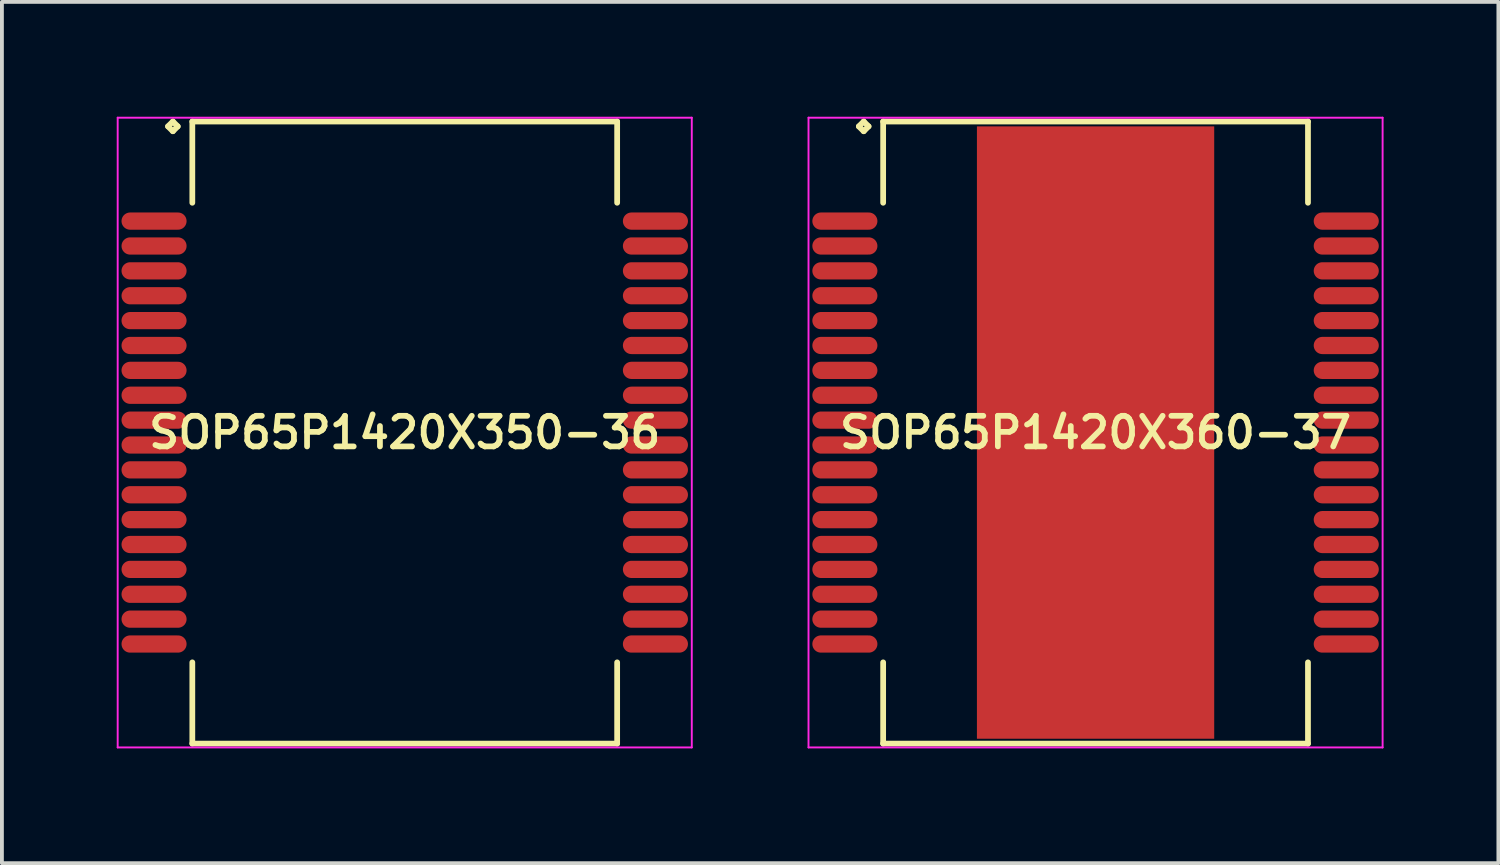
<source format=kicad_pcb>
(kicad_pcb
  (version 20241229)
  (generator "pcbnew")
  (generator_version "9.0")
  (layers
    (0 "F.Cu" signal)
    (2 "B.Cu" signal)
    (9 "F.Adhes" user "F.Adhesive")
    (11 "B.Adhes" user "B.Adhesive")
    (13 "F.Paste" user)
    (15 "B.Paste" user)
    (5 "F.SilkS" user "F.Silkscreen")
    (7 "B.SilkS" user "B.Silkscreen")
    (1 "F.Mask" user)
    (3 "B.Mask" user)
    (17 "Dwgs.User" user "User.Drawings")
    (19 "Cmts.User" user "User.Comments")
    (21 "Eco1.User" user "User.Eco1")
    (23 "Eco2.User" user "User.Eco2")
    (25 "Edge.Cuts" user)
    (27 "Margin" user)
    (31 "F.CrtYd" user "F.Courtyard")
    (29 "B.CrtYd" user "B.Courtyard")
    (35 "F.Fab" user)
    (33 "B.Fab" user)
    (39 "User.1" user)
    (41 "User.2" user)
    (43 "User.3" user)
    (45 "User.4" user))
  (footprint "SOP65P1420X350-36"
    (layer "F.Cu")
    (at 7.525 8.252)
    (property "Reference" "SOP65P1420X350-36" (at 0 0 0) (layer "F.SilkS") (effects (font (size 0.8 0.8) (thickness 0.15))))
    (attr smd)
    (fp_line (start -6.185 -8) (end -6.058 -8.127) (stroke (width 0.15) (type solid)) (layer "F.SilkS"))
    (fp_line (start -6.058 -8.127) (end -5.931 -8) (stroke (width 0.15) (type solid)) (layer "F.SilkS"))
    (fp_line (start -6.058 -7.873) (end -6.185 -8) (stroke (width 0.15) (type solid)) (layer "F.SilkS"))
    (fp_line (start -5.931 -8) (end -6.058 -7.873) (stroke (width 0.15) (type solid)) (layer "F.SilkS"))
    (fp_line (start -5.55 -8.127) (end 5.55 -8.127) (stroke (width 0.15) (type solid)) (layer "F.SilkS"))
    (fp_line (start -5.55 -6.004) (end -5.55 -8.127) (stroke (width 0.15) (type solid)) (layer "F.SilkS"))
    (fp_line (start -5.55 6.004) (end -5.55 8.127) (stroke (width 0.15) (type solid)) (layer "F.SilkS"))
    (fp_line (start -5.55 8.127) (end 5.55 8.127) (stroke (width 0.15) (type solid)) (layer "F.SilkS"))
    (fp_line (start 5.55 -8.127) (end 5.55 -6.004) (stroke (width 0.15) (type solid)) (layer "F.SilkS"))
    (fp_line (start 5.55 8.127) (end 5.55 6.004) (stroke (width 0.15) (type solid)) (layer "F.SilkS"))
    (fp_line (start -7.5 -8.227) (end 7.5 -8.227) (stroke (width 0.05) (type solid)) (layer "F.CrtYd"))
    (fp_line (start -7.5 8.227) (end -7.5 -8.227) (stroke (width 0.05) (type solid)) (layer "F.CrtYd"))
    (fp_line (start 7.5 -8.227) (end 7.5 8.227) (stroke (width 0.05) (type solid)) (layer "F.CrtYd"))
    (fp_line (start 7.5 8.227) (end -7.5 8.227) (stroke (width 0.05) (type solid)) (layer "F.CrtYd"))
    (pad "1" smd oval (at -6.55 -5.525) (size 1.7 0.45) (layers "F.Cu" "F.Mask" "F.Paste"))
    (pad "2" smd oval (at -6.55 -4.875) (size 1.7 0.45) (layers "F.Cu" "F.Mask" "F.Paste"))
    (pad "3" smd oval (at -6.55 -4.225) (size 1.7 0.45) (layers "F.Cu" "F.Mask" "F.Paste"))
    (pad "4" smd oval (at -6.55 -3.575) (size 1.7 0.45) (layers "F.Cu" "F.Mask" "F.Paste"))
    (pad "5" smd oval (at -6.55 -2.925) (size 1.7 0.45) (layers "F.Cu" "F.Mask" "F.Paste"))
    (pad "6" smd oval (at -6.55 -2.275) (size 1.7 0.45) (layers "F.Cu" "F.Mask" "F.Paste"))
    (pad "7" smd oval (at -6.55 -1.625) (size 1.7 0.45) (layers "F.Cu" "F.Mask" "F.Paste"))
    (pad "8" smd oval (at -6.55 -0.975) (size 1.7 0.45) (layers "F.Cu" "F.Mask" "F.Paste"))
    (pad "9" smd oval (at -6.55 -0.325) (size 1.7 0.45) (layers "F.Cu" "F.Mask" "F.Paste"))
    (pad "10" smd oval (at -6.55 0.325) (size 1.7 0.45) (layers "F.Cu" "F.Mask" "F.Paste"))
    (pad "11" smd oval (at -6.55 0.975) (size 1.7 0.45) (layers "F.Cu" "F.Mask" "F.Paste"))
    (pad "12" smd oval (at -6.55 1.625) (size 1.7 0.45) (layers "F.Cu" "F.Mask" "F.Paste"))
    (pad "13" smd oval (at -6.55 2.275) (size 1.7 0.45) (layers "F.Cu" "F.Mask" "F.Paste"))
    (pad "14" smd oval (at -6.55 2.925) (size 1.7 0.45) (layers "F.Cu" "F.Mask" "F.Paste"))
    (pad "15" smd oval (at -6.55 3.575) (size 1.7 0.45) (layers "F.Cu" "F.Mask" "F.Paste"))
    (pad "16" smd oval (at -6.55 4.225) (size 1.7 0.45) (layers "F.Cu" "F.Mask" "F.Paste"))
    (pad "17" smd oval (at -6.55 4.875) (size 1.7 0.45) (layers "F.Cu" "F.Mask" "F.Paste"))
    (pad "18" smd oval (at -6.55 5.525) (size 1.7 0.45) (layers "F.Cu" "F.Mask" "F.Paste"))
    (pad "19" smd oval (at 6.55 5.525) (size 1.7 0.45) (layers "F.Cu" "F.Mask" "F.Paste"))
    (pad "20" smd oval (at 6.55 4.875) (size 1.7 0.45) (layers "F.Cu" "F.Mask" "F.Paste"))
    (pad "21" smd oval (at 6.55 4.225) (size 1.7 0.45) (layers "F.Cu" "F.Mask" "F.Paste"))
    (pad "22" smd oval (at 6.55 3.575) (size 1.7 0.45) (layers "F.Cu" "F.Mask" "F.Paste"))
    (pad "23" smd oval (at 6.55 2.925) (size 1.7 0.45) (layers "F.Cu" "F.Mask" "F.Paste"))
    (pad "24" smd oval (at 6.55 2.275) (size 1.7 0.45) (layers "F.Cu" "F.Mask" "F.Paste"))
    (pad "25" smd oval (at 6.55 1.625) (size 1.7 0.45) (layers "F.Cu" "F.Mask" "F.Paste"))
    (pad "26" smd oval (at 6.55 0.975) (size 1.7 0.45) (layers "F.Cu" "F.Mask" "F.Paste"))
    (pad "27" smd oval (at 6.55 0.325) (size 1.7 0.45) (layers "F.Cu" "F.Mask" "F.Paste"))
    (pad "28" smd oval (at 6.55 -0.325) (size 1.7 0.45) (layers "F.Cu" "F.Mask" "F.Paste"))
    (pad "29" smd oval (at 6.55 -0.975) (size 1.7 0.45) (layers "F.Cu" "F.Mask" "F.Paste"))
    (pad "30" smd oval (at 6.55 -1.625) (size 1.7 0.45) (layers "F.Cu" "F.Mask" "F.Paste"))
    (pad "31" smd oval (at 6.55 -2.275) (size 1.7 0.45) (layers "F.Cu" "F.Mask" "F.Paste"))
    (pad "32" smd oval (at 6.55 -2.925) (size 1.7 0.45) (layers "F.Cu" "F.Mask" "F.Paste"))
    (pad "33" smd oval (at 6.55 -3.575) (size 1.7 0.45) (layers "F.Cu" "F.Mask" "F.Paste"))
    (pad "34" smd oval (at 6.55 -4.225) (size 1.7 0.45) (layers "F.Cu" "F.Mask" "F.Paste"))
    (pad "35" smd oval (at 6.55 -4.875) (size 1.7 0.45) (layers "F.Cu" "F.Mask" "F.Paste"))
    (pad "36" smd oval (at 6.55 -5.525) (size 1.7 0.45) (layers "F.Cu" "F.Mask" "F.Paste")))
  (footprint "SOP65P1420X360-37"
    (layer "F.Cu")
    (at 25.575 8.252)
    (property "Reference" "SOP65P1420X360-37" (at 0 0 0) (layer "F.SilkS") (effects (font (size 0.8 0.8) (thickness 0.15))))
    (attr smd)
    (fp_line (start -6.185 -8) (end -6.058 -8.127) (stroke (width 0.15) (type solid)) (layer "F.SilkS"))
    (fp_line (start -6.058 -8.127) (end -5.931 -8) (stroke (width 0.15) (type solid)) (layer "F.SilkS"))
    (fp_line (start -6.058 -7.873) (end -6.185 -8) (stroke (width 0.15) (type solid)) (layer "F.SilkS"))
    (fp_line (start -5.931 -8) (end -6.058 -7.873) (stroke (width 0.15) (type solid)) (layer "F.SilkS"))
    (fp_line (start -5.55 -8.127) (end 5.55 -8.127) (stroke (width 0.15) (type solid)) (layer "F.SilkS"))
    (fp_line (start -5.55 -6.004) (end -5.55 -8.127) (stroke (width 0.15) (type solid)) (layer "F.SilkS"))
    (fp_line (start -5.55 6.004) (end -5.55 8.127) (stroke (width 0.15) (type solid)) (layer "F.SilkS"))
    (fp_line (start -5.55 8.127) (end 5.55 8.127) (stroke (width 0.15) (type solid)) (layer "F.SilkS"))
    (fp_line (start 5.55 -8.127) (end 5.55 -6.004) (stroke (width 0.15) (type solid)) (layer "F.SilkS"))
    (fp_line (start 5.55 8.127) (end 5.55 6.004) (stroke (width 0.15) (type solid)) (layer "F.SilkS"))
    (fp_line (start -7.5 -8.227) (end 7.5 -8.227) (stroke (width 0.05) (type solid)) (layer "F.CrtYd"))
    (fp_line (start -7.5 8.227) (end -7.5 -8.227) (stroke (width 0.05) (type solid)) (layer "F.CrtYd"))
    (fp_line (start 7.5 -8.227) (end 7.5 8.227) (stroke (width 0.05) (type solid)) (layer "F.CrtYd"))
    (fp_line (start 7.5 8.227) (end -7.5 8.227) (stroke (width 0.05) (type solid)) (layer "F.CrtYd"))
    (pad "1" smd oval (at -6.55 -5.525) (size 1.7 0.45) (layers "F.Cu" "F.Mask" "F.Paste"))
    (pad "2" smd oval (at -6.55 -4.875) (size 1.7 0.45) (layers "F.Cu" "F.Mask" "F.Paste"))
    (pad "3" smd oval (at -6.55 -4.225) (size 1.7 0.45) (layers "F.Cu" "F.Mask" "F.Paste"))
    (pad "4" smd oval (at -6.55 -3.575) (size 1.7 0.45) (layers "F.Cu" "F.Mask" "F.Paste"))
    (pad "5" smd oval (at -6.55 -2.925) (size 1.7 0.45) (layers "F.Cu" "F.Mask" "F.Paste"))
    (pad "6" smd oval (at -6.55 -2.275) (size 1.7 0.45) (layers "F.Cu" "F.Mask" "F.Paste"))
    (pad "7" smd oval (at -6.55 -1.625) (size 1.7 0.45) (layers "F.Cu" "F.Mask" "F.Paste"))
    (pad "8" smd oval (at -6.55 -0.975) (size 1.7 0.45) (layers "F.Cu" "F.Mask" "F.Paste"))
    (pad "9" smd oval (at -6.55 -0.325) (size 1.7 0.45) (layers "F.Cu" "F.Mask" "F.Paste"))
    (pad "10" smd oval (at -6.55 0.325) (size 1.7 0.45) (layers "F.Cu" "F.Mask" "F.Paste"))
    (pad "11" smd oval (at -6.55 0.975) (size 1.7 0.45) (layers "F.Cu" "F.Mask" "F.Paste"))
    (pad "12" smd oval (at -6.55 1.625) (size 1.7 0.45) (layers "F.Cu" "F.Mask" "F.Paste"))
    (pad "13" smd oval (at -6.55 2.275) (size 1.7 0.45) (layers "F.Cu" "F.Mask" "F.Paste"))
    (pad "14" smd oval (at -6.55 2.925) (size 1.7 0.45) (layers "F.Cu" "F.Mask" "F.Paste"))
    (pad "15" smd oval (at -6.55 3.575) (size 1.7 0.45) (layers "F.Cu" "F.Mask" "F.Paste"))
    (pad "16" smd oval (at -6.55 4.225) (size 1.7 0.45) (layers "F.Cu" "F.Mask" "F.Paste"))
    (pad "17" smd oval (at -6.55 4.875) (size 1.7 0.45) (layers "F.Cu" "F.Mask" "F.Paste"))
    (pad "18" smd oval (at -6.55 5.525) (size 1.7 0.45) (layers "F.Cu" "F.Mask" "F.Paste"))
    (pad "19" smd oval (at 6.55 5.525) (size 1.7 0.45) (layers "F.Cu" "F.Mask" "F.Paste"))
    (pad "20" smd oval (at 6.55 4.875) (size 1.7 0.45) (layers "F.Cu" "F.Mask" "F.Paste"))
    (pad "21" smd oval (at 6.55 4.225) (size 1.7 0.45) (layers "F.Cu" "F.Mask" "F.Paste"))
    (pad "22" smd oval (at 6.55 3.575) (size 1.7 0.45) (layers "F.Cu" "F.Mask" "F.Paste"))
    (pad "23" smd oval (at 6.55 2.925) (size 1.7 0.45) (layers "F.Cu" "F.Mask" "F.Paste"))
    (pad "24" smd oval (at 6.55 2.275) (size 1.7 0.45) (layers "F.Cu" "F.Mask" "F.Paste"))
    (pad "25" smd oval (at 6.55 1.625) (size 1.7 0.45) (layers "F.Cu" "F.Mask" "F.Paste"))
    (pad "26" smd oval (at 6.55 0.975) (size 1.7 0.45) (layers "F.Cu" "F.Mask" "F.Paste"))
    (pad "27" smd oval (at 6.55 0.325) (size 1.7 0.45) (layers "F.Cu" "F.Mask" "F.Paste"))
    (pad "28" smd oval (at 6.55 -0.325) (size 1.7 0.45) (layers "F.Cu" "F.Mask" "F.Paste"))
    (pad "29" smd oval (at 6.55 -0.975) (size 1.7 0.45) (layers "F.Cu" "F.Mask" "F.Paste"))
    (pad "30" smd oval (at 6.55 -1.625) (size 1.7 0.45) (layers "F.Cu" "F.Mask" "F.Paste"))
    (pad "31" smd oval (at 6.55 -2.275) (size 1.7 0.45) (layers "F.Cu" "F.Mask" "F.Paste"))
    (pad "32" smd oval (at 6.55 -2.925) (size 1.7 0.45) (layers "F.Cu" "F.Mask" "F.Paste"))
    (pad "33" smd oval (at 6.55 -3.575) (size 1.7 0.45) (layers "F.Cu" "F.Mask" "F.Paste"))
    (pad "34" smd oval (at 6.55 -4.225) (size 1.7 0.45) (layers "F.Cu" "F.Mask" "F.Paste"))
    (pad "35" smd oval (at 6.55 -4.875) (size 1.7 0.45) (layers "F.Cu" "F.Mask" "F.Paste"))
    (pad "36" smd oval (at 6.55 -5.525) (size 1.7 0.45) (layers "F.Cu" "F.Mask" "F.Paste"))
    (pad "37" smd rect (at 0 0) (size 6.2 16) (layers "F.Cu" "F.Mask" "F.Paste")))
  (gr_rect
    (start -3 -3)
    (end 36.1 19.504)
    (stroke (width 0.1) (type default))
    (fill no)
    (layer "Edge.Cuts")))
</source>
